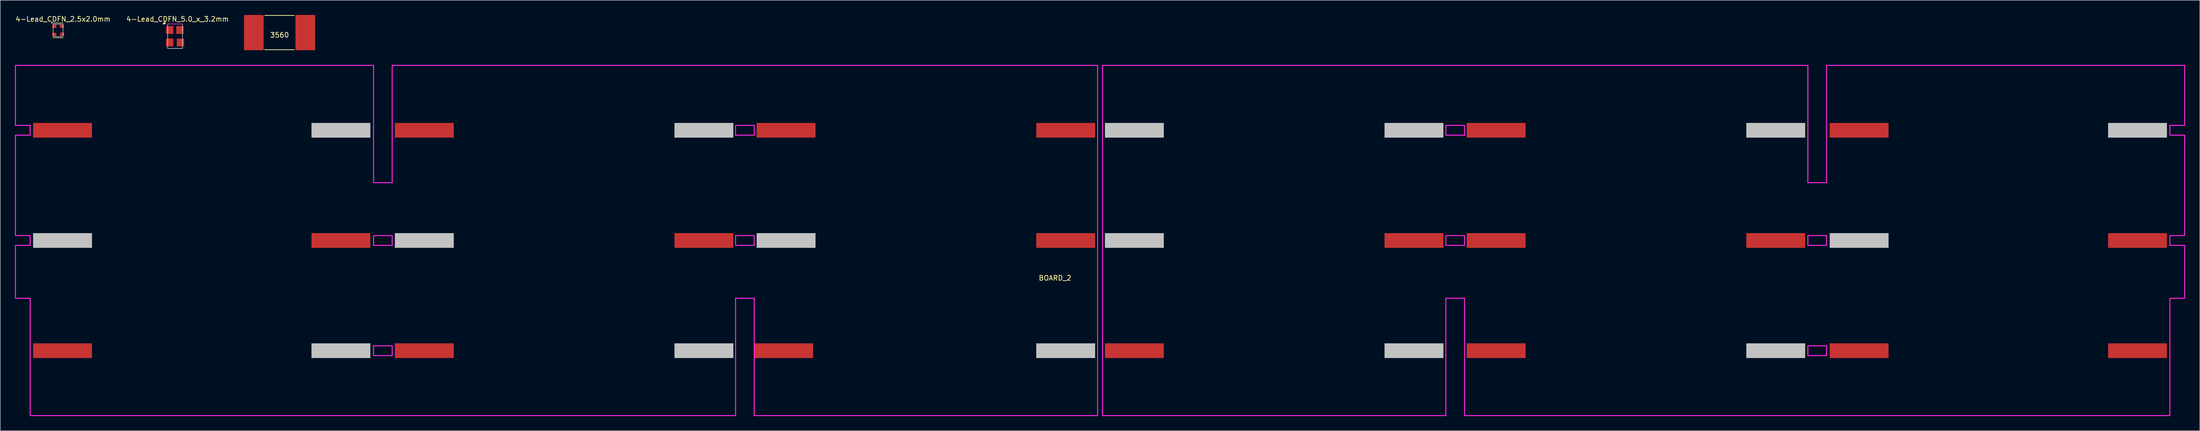
<source format=kicad_pcb>
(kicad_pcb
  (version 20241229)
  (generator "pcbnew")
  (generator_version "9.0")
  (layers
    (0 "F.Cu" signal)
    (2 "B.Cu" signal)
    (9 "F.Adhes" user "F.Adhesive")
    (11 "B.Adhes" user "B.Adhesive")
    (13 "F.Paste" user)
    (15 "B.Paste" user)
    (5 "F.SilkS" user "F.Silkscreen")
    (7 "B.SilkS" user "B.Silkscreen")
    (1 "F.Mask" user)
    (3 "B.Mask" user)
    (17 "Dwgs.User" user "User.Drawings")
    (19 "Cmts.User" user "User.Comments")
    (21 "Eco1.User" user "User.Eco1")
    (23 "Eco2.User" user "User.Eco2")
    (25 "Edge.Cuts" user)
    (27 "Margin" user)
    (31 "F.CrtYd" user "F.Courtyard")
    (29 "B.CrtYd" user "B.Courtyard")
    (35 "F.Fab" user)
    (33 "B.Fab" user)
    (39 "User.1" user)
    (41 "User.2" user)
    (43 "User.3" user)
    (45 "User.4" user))
  (footprint "3560"
    (layer "F.Cu")
    (at 53.94 3.6)
    (property "Reference" "3560" (at 0 0.5 0) (layer "F.SilkS") (effects (font (size 1 1) (thickness 0.153))))
    (attr through_hole)
    (fp_line (start -3 -3.5) (end 3 -3.5) (stroke (width 0.15) (type solid)) (layer "F.SilkS"))
    (fp_line (start -3 3.5) (end 3 3.5) (stroke (width 0.15) (type solid)) (layer "F.SilkS"))
    (pad "1" smd rect (at -5.25 0) (size 4 7.2) (layers "F.Cu" "F.Mask" "F.Paste"))
    (pad "2" smd rect (at 5.25 0) (size 4 7.2) (layers "F.Cu" "F.Mask" "F.Paste")))
  (footprint "4-Lead_CDFN_2.5x2.0mm"
    (layer "F.Cu")
    (at 8.792 3.148)
    (property "Reference" "4-Lead_CDFN_2.5x2.0mm" (at 1 -2.3 0) (layer "F.SilkS") (effects (font (size 1 1) (thickness 0.15))))
    (attr through_hole)
    (fp_line (start -1.4 -1.5) (end -1.2 -1.5) (stroke (width 0.12) (type solid)) (layer "F.SilkS"))
    (fp_line (start -1.2 -1.7) (end -1.4 -1.5) (stroke (width 0.12) (type solid)) (layer "F.SilkS"))
    (fp_line (start -1.2 -1.5) (end -1.2 -1.7) (stroke (width 0.12) (type solid)) (layer "F.SilkS"))
    (fp_line (start -1 -1.5) (end 1 -1.5) (stroke (width 0.12) (type solid)) (layer "F.SilkS"))
    (fp_line (start -1 1.5) (end 1 1.5) (stroke (width 0.12) (type solid)) (layer "F.SilkS"))
    (fp_line (start -1 -1.25) (end 1 -1.25) (stroke (width 0.12) (type solid)) (layer "Dwgs.User"))
    (fp_line (start -1 1.25) (end -1 -1.25) (stroke (width 0.12) (type solid)) (layer "Dwgs.User"))
    (fp_line (start 1 -1.25) (end 1 1.25) (stroke (width 0.12) (type solid)) (layer "Dwgs.User"))
    (fp_line (start 1 1.25) (end -1 1.25) (stroke (width 0.12) (type solid)) (layer "Dwgs.User"))
    (pad "1" smd rect (at -0.775 -0.825) (size 0.85 0.65) (layers "F.Cu" "F.Mask" "F.Paste"))
    (pad "2" smd rect (at -0.775 0.825) (size 0.85 0.65) (layers "F.Cu" "F.Mask" "F.Paste"))
    (pad "3" smd rect (at 0.825 0.775) (size 0.85 0.65) (layers "F.Cu" "F.Mask" "F.Paste"))
    (pad "4" smd rect (at 0.775 -0.825) (size 0.85 0.65) (layers "F.Cu" "F.Mask" "F.Paste")))
  (footprint "4-Lead_CDFN_5.0_x_3.2mm"
    (layer "F.Cu")
    (at 32.637 4.348)
    (property "Reference" "4-Lead_CDFN_5.0_x_3.2mm" (at 0.5 -3.5 0) (layer "F.SilkS") (effects (font (size 1 1) (thickness 0.15))))
    (attr through_hole)
    (fp_line (start -1.5 -2.5) (end 1.5 -2.5) (stroke (width 0.12) (type solid)) (layer "F.SilkS"))
    (fp_line (start -1.5 2.5) (end 1.5 2.5) (stroke (width 0.12) (type solid)) (layer "F.SilkS"))
    (fp_poly (pts (xy -2 -2.5) (xy -2.5 -2.5) (xy -2 -3)) (stroke (width 0.1) (type solid)) (fill yes) (layer "F.SilkS"))
    (fp_line (start -1.5 2.5) (end -1.5 -2.5) (stroke (width 0.12) (type solid)) (layer "Dwgs.User"))
    (fp_line (start 1.5 -2.5) (end 1.5 2.5) (stroke (width 0.12) (type solid)) (layer "Dwgs.User"))
    (fp_line (start 1.5 2.5) (end -1.5 2.5) (stroke (width 0.12) (type solid)) (layer "Dwgs.User"))
    (fp_line (start -1.5 -2.5) (end 1.5 -2.5) (stroke (width 0.12) (type solid)) (layer "F.CrtYd"))
    (pad "1" smd rect (at -1.1 -1.27) (size 1.5 1.6) (layers "F.Cu" "F.Mask" "F.Paste"))
    (pad "2" smd rect (at -1.1 1.27) (size 1.5 1.6) (layers "F.Cu" "F.Mask" "F.Paste"))
    (pad "3" smd rect (at 1.1 1.27) (size 1.5 1.6) (layers "F.Cu" "F.Mask" "F.Paste"))
    (pad "4" smd rect (at 1 -1.27) (size 1.5 1.6) (layers "F.Cu" "F.Mask" "F.Paste")))
  (footprint "BOARD_2"
    (layer "F.Cu")
    (at 221.2 46.05)
    (property "Reference" "BOARD_2" (at -9.172 7.657 0) (layer "F.SilkS") (effects (font (size 1 1) (thickness 0.15))))
    (attr through_hole)
    (fp_line (start -221.1 -35.75) (end -221.1 -23.5) (stroke (width 0.2) (type solid)) (layer "F.CrtYd"))
    (fp_line (start -221.1 -23.5) (end -218.1 -23.5) (stroke (width 0.2) (type solid)) (layer "F.CrtYd"))
    (fp_line (start -221.1 -21.5) (end -221.1 -1) (stroke (width 0.2) (type solid)) (layer "F.CrtYd"))
    (fp_line (start -221.1 -1) (end -218.1 -1) (stroke (width 0.2) (type solid)) (layer "F.CrtYd"))
    (fp_line (start -221.1 1) (end -221.1 11.8) (stroke (width 0.2) (type solid)) (layer "F.CrtYd"))
    (fp_line (start -221.1 11.8) (end -218.1 11.8) (stroke (width 0.2) (type solid)) (layer "F.CrtYd"))
    (fp_line (start -218.1 -23.5) (end -218.1 -21.5) (stroke (width 0.2) (type solid)) (layer "F.CrtYd"))
    (fp_line (start -218.1 -21.5) (end -221.1 -21.5) (stroke (width 0.2) (type solid)) (layer "F.CrtYd"))
    (fp_line (start -218.1 -1) (end -218.1 1) (stroke (width 0.2) (type solid)) (layer "F.CrtYd"))
    (fp_line (start -218.1 1) (end -221.1 1) (stroke (width 0.2) (type solid)) (layer "F.CrtYd"))
    (fp_line (start -218.1 11.8) (end -218.1 35.75) (stroke (width 0.2) (type solid)) (layer "F.CrtYd"))
    (fp_line (start -218.1 35.75) (end -74.3 35.75) (stroke (width 0.2) (type solid)) (layer "F.CrtYd"))
    (fp_line (start -148.1 -35.75) (end -221.1 -35.75) (stroke (width 0.2) (type solid)) (layer "F.CrtYd"))
    (fp_line (start -148.1 -11.8) (end -148.1 -35.75) (stroke (width 0.2) (type solid)) (layer "F.CrtYd"))
    (fp_line (start -148.1 -1) (end -144.3 -1) (stroke (width 0.2) (type solid)) (layer "F.CrtYd"))
    (fp_line (start -148.1 1) (end -148.1 -1) (stroke (width 0.2) (type solid)) (layer "F.CrtYd"))
    (fp_line (start -148.1 21.5) (end -144.3 21.5) (stroke (width 0.2) (type solid)) (layer "F.CrtYd"))
    (fp_line (start -148.1 23.5) (end -148.1 21.5) (stroke (width 0.2) (type solid)) (layer "F.CrtYd"))
    (fp_line (start -144.3 -35.75) (end -144.3 -11.8) (stroke (width 0.2) (type solid)) (layer "F.CrtYd"))
    (fp_line (start -144.3 -11.8) (end -148.1 -11.8) (stroke (width 0.2) (type solid)) (layer "F.CrtYd"))
    (fp_line (start -144.3 -1) (end -144.3 1) (stroke (width 0.2) (type solid)) (layer "F.CrtYd"))
    (fp_line (start -144.3 1) (end -148.1 1) (stroke (width 0.2) (type solid)) (layer "F.CrtYd"))
    (fp_line (start -144.3 21.5) (end -144.3 23.5) (stroke (width 0.2) (type solid)) (layer "F.CrtYd"))
    (fp_line (start -144.3 23.5) (end -148.1 23.5) (stroke (width 0.2) (type solid)) (layer "F.CrtYd"))
    (fp_line (start -74.3 -23.5) (end -70.5 -23.5) (stroke (width 0.2) (type solid)) (layer "F.CrtYd"))
    (fp_line (start -74.3 -21.5) (end -74.3 -23.5) (stroke (width 0.2) (type solid)) (layer "F.CrtYd"))
    (fp_line (start -74.3 -1) (end -70.5 -1) (stroke (width 0.2) (type solid)) (layer "F.CrtYd"))
    (fp_line (start -74.3 1) (end -74.3 -1) (stroke (width 0.2) (type solid)) (layer "F.CrtYd"))
    (fp_line (start -74.3 11.8) (end -70.5 11.8) (stroke (width 0.2) (type solid)) (layer "F.CrtYd"))
    (fp_line (start -74.3 35.75) (end -74.3 11.8) (stroke (width 0.2) (type solid)) (layer "F.CrtYd"))
    (fp_line (start -70.5 -23.5) (end -70.5 -21.5) (stroke (width 0.2) (type solid)) (layer "F.CrtYd"))
    (fp_line (start -70.5 -21.5) (end -74.3 -21.5) (stroke (width 0.2) (type solid)) (layer "F.CrtYd"))
    (fp_line (start -70.5 -1) (end -70.5 1) (stroke (width 0.2) (type solid)) (layer "F.CrtYd"))
    (fp_line (start -70.5 1) (end -74.3 1) (stroke (width 0.2) (type solid)) (layer "F.CrtYd"))
    (fp_line (start -70.5 11.8) (end -70.5 35.75) (stroke (width 0.2) (type solid)) (layer "F.CrtYd"))
    (fp_line (start -70.5 35.75) (end -0.5 35.75) (stroke (width 0.2) (type solid)) (layer "F.CrtYd"))
    (fp_line (start -0.5 -35.75) (end -144.3 -35.75) (stroke (width 0.2) (type solid)) (layer "F.CrtYd"))
    (fp_line (start -0.5 35.75) (end -0.5 -35.75) (stroke (width 0.2) (type solid)) (layer "F.CrtYd"))
    (fp_line (start 0.5 -35.75) (end 0.5 35.75) (stroke (width 0.2) (type solid)) (layer "F.CrtYd"))
    (fp_line (start 70.5 -23.5) (end 74.3 -23.5) (stroke (width 0.2) (type solid)) (layer "F.CrtYd"))
    (fp_line (start 70.5 -21.5) (end 70.5 -23.5) (stroke (width 0.2) (type solid)) (layer "F.CrtYd"))
    (fp_line (start 70.5 -1) (end 74.3 -1) (stroke (width 0.2) (type solid)) (layer "F.CrtYd"))
    (fp_line (start 70.5 1) (end 70.5 -1) (stroke (width 0.2) (type solid)) (layer "F.CrtYd"))
    (fp_line (start 70.5 11.8) (end 74.3 11.8) (stroke (width 0.2) (type solid)) (layer "F.CrtYd"))
    (fp_line (start 70.5 35.75) (end 0.5 35.75) (stroke (width 0.2) (type solid)) (layer "F.CrtYd"))
    (fp_line (start 70.5 35.75) (end 70.5 11.8) (stroke (width 0.2) (type solid)) (layer "F.CrtYd"))
    (fp_line (start 74.3 -23.5) (end 74.3 -21.5) (stroke (width 0.2) (type solid)) (layer "F.CrtYd"))
    (fp_line (start 74.3 -21.5) (end 70.5 -21.5) (stroke (width 0.2) (type solid)) (layer "F.CrtYd"))
    (fp_line (start 74.3 -1) (end 74.3 1) (stroke (width 0.2) (type solid)) (layer "F.CrtYd"))
    (fp_line (start 74.3 1) (end 70.5 1) (stroke (width 0.2) (type solid)) (layer "F.CrtYd"))
    (fp_line (start 74.3 11.8) (end 74.3 35.75) (stroke (width 0.2) (type solid)) (layer "F.CrtYd"))
    (fp_line (start 74.3 35.75) (end 218.1 35.75) (stroke (width 0.2) (type solid)) (layer "F.CrtYd"))
    (fp_line (start 144.3 -35.75) (end 0.5 -35.75) (stroke (width 0.2) (type solid)) (layer "F.CrtYd"))
    (fp_line (start 144.3 -11.8) (end 144.3 -35.75) (stroke (width 0.2) (type solid)) (layer "F.CrtYd"))
    (fp_line (start 144.3 -1) (end 148.1 -1) (stroke (width 0.2) (type solid)) (layer "F.CrtYd"))
    (fp_line (start 144.3 1) (end 144.3 -1) (stroke (width 0.2) (type solid)) (layer "F.CrtYd"))
    (fp_line (start 144.3 21.5) (end 148.1 21.5) (stroke (width 0.2) (type solid)) (layer "F.CrtYd"))
    (fp_line (start 144.3 23.5) (end 144.3 21.5) (stroke (width 0.2) (type solid)) (layer "F.CrtYd"))
    (fp_line (start 148.1 -35.75) (end 148.1 -11.8) (stroke (width 0.2) (type solid)) (layer "F.CrtYd"))
    (fp_line (start 148.1 -11.8) (end 144.3 -11.8) (stroke (width 0.2) (type solid)) (layer "F.CrtYd"))
    (fp_line (start 148.1 -1) (end 148.1 1) (stroke (width 0.2) (type solid)) (layer "F.CrtYd"))
    (fp_line (start 148.1 1) (end 144.3 1) (stroke (width 0.2) (type solid)) (layer "F.CrtYd"))
    (fp_line (start 148.1 21.5) (end 148.1 23.5) (stroke (width 0.2) (type solid)) (layer "F.CrtYd"))
    (fp_line (start 148.1 23.5) (end 144.3 23.5) (stroke (width 0.2) (type solid)) (layer "F.CrtYd"))
    (fp_line (start 218.1 -23.5) (end 221.1 -23.5) (stroke (width 0.2) (type solid)) (layer "F.CrtYd"))
    (fp_line (start 218.1 -21.5) (end 218.1 -23.5) (stroke (width 0.2) (type solid)) (layer "F.CrtYd"))
    (fp_line (start 218.1 -1) (end 221.1 -1) (stroke (width 0.2) (type solid)) (layer "F.CrtYd"))
    (fp_line (start 218.1 1) (end 218.1 -1) (stroke (width 0.2) (type solid)) (layer "F.CrtYd"))
    (fp_line (start 218.1 11.8) (end 221.1 11.8) (stroke (width 0.2) (type solid)) (layer "F.CrtYd"))
    (fp_line (start 218.1 35.75) (end 218.1 11.8) (stroke (width 0.2) (type solid)) (layer "F.CrtYd"))
    (fp_line (start 221.1 -35.75) (end 148.1 -35.75) (stroke (width 0.2) (type solid)) (layer "F.CrtYd"))
    (fp_line (start 221.1 -23.5) (end 221.1 -35.75) (stroke (width 0.2) (type solid)) (layer "F.CrtYd"))
    (fp_line (start 221.1 -21.5) (end 218.1 -21.5) (stroke (width 0.2) (type solid)) (layer "F.CrtYd"))
    (fp_line (start 221.1 -1) (end 221.1 -21.5) (stroke (width 0.2) (type solid)) (layer "F.CrtYd"))
    (fp_line (start 221.1 1) (end 218.1 1) (stroke (width 0.2) (type solid)) (layer "F.CrtYd"))
    (fp_line (start 221.1 11.8) (end 221.1 1) (stroke (width 0.2) (type solid)) (layer "F.CrtYd"))
    (pad "" smd rect (at -211.5 0 90) (size 3 12) (layers "Dwgs.User"))
    (pad "" smd rect (at -154.75 -22.5 90) (size 3 12) (layers "Dwgs.User"))
    (pad "" smd rect (at -154.75 22.5 90) (size 3 12) (layers "Dwgs.User"))
    (pad "" smd rect (at -137.75 0 90) (size 3 12) (layers "Dwgs.User"))
    (pad "" smd rect (at -80.75 -22.5 90) (size 3 12) (layers "Dwgs.User"))
    (pad "" smd rect (at -80.75 22.5 90) (size 3 12) (layers "Dwgs.User"))
    (pad "" smd rect (at -64 0 90) (size 3 12) (layers "Dwgs.User"))
    (pad "" smd rect (at -7 22.5 90) (size 3 12) (layers "Dwgs.User"))
    (pad "" smd rect (at 7 -22.5 90) (size 3 12) (layers "Dwgs.User"))
    (pad "" smd rect (at 7 0 90) (size 3 12) (layers "Dwgs.User"))
    (pad "" smd rect (at 64 -22.5 90) (size 3 12) (layers "Dwgs.User"))
    (pad "" smd rect (at 64 22.5 90) (size 3 12) (layers "Dwgs.User"))
    (pad "" smd rect (at 137.75 -22.5 90) (size 3 12) (layers "Dwgs.User"))
    (pad "" smd rect (at 137.75 22.5 90) (size 3 12) (layers "Dwgs.User"))
    (pad "" smd rect (at 154.75 0 90) (size 3 12) (layers "Dwgs.User"))
    (pad "" smd rect (at 211.5 -22.5 90) (size 3 12) (layers "Dwgs.User"))
    (pad "1" smd rect (at -211.5 22.5 90) (size 3 12) (layers "F.Cu" "F.Mask" "F.Paste"))
    (pad "2" smd rect (at -154.75 0 90) (size 3 12) (layers "F.Cu" "F.Mask" "F.Paste"))
    (pad "3" smd rect (at -211.5 -22.5 90) (size 3 12) (layers "F.Cu" "F.Mask" "F.Paste"))
    (pad "4" smd rect (at -137.75 -22.5 90) (size 3 12) (layers "F.Cu" "F.Mask" "F.Paste"))
    (pad "5" smd rect (at -80.75 0 90) (size 3 12) (layers "F.Cu" "F.Mask" "F.Paste"))
    (pad "6" smd rect (at -137.75 22.5 90) (size 3 12) (layers "F.Cu" "F.Mask" "F.Paste"))
    (pad "7" smd rect (at -64.5 22.5 90) (size 3 12) (layers "F.Cu" "F.Mask" "F.Paste"))
    (pad "8" smd rect (at -7 0 90) (size 3 12) (layers "F.Cu" "F.Mask" "F.Paste"))
    (pad "9" smd rect (at -64 -22.5 90) (size 3 12) (layers "F.Cu" "F.Mask" "F.Paste"))
    (pad "10" smd rect (at -7 -22.5 90) (size 3 12) (layers "F.Cu" "F.Mask" "F.Paste"))
    (pad "11" smd rect (at 64 0 90) (size 3 12) (layers "F.Cu" "F.Mask" "F.Paste"))
    (pad "12" smd rect (at 7 22.5 90) (size 3 12) (layers "F.Cu" "F.Mask" "F.Paste"))
    (pad "13" smd rect (at 80.75 22.5 90) (size 3 12) (layers "F.Cu" "F.Mask" "F.Paste"))
    (pad "14" smd rect (at 137.75 0 90) (size 3 12) (layers "F.Cu" "F.Mask" "F.Paste"))
    (pad "15" smd rect (at 80.75 -22.5 90) (size 3 12) (layers "F.Cu" "F.Mask" "F.Paste"))
    (pad "15" smd rect (at 80.75 0 90) (size 3 12) (layers "F.Cu" "F.Mask" "F.Paste"))
    (pad "16" smd rect (at 154.75 -22.5 90) (size 3 12) (layers "F.Cu" "F.Mask" "F.Paste"))
    (pad "17" smd rect (at 211.5 0 90) (size 3 12) (layers "F.Cu" "F.Mask" "F.Paste"))
    (pad "18" smd rect (at 154.75 22.5 90) (size 3 12) (layers "F.Cu" "F.Mask" "F.Paste"))
    (pad "19" smd rect (at 211.5 22.5 90) (size 3 12) (layers "F.Cu" "F.Mask" "F.Paste")))
  (gr_rect
    (start -3 -3)
    (end 445.4 84.9)
    (stroke (width 0.1) (type default))
    (fill no)
    (layer "Edge.Cuts")))
</source>
